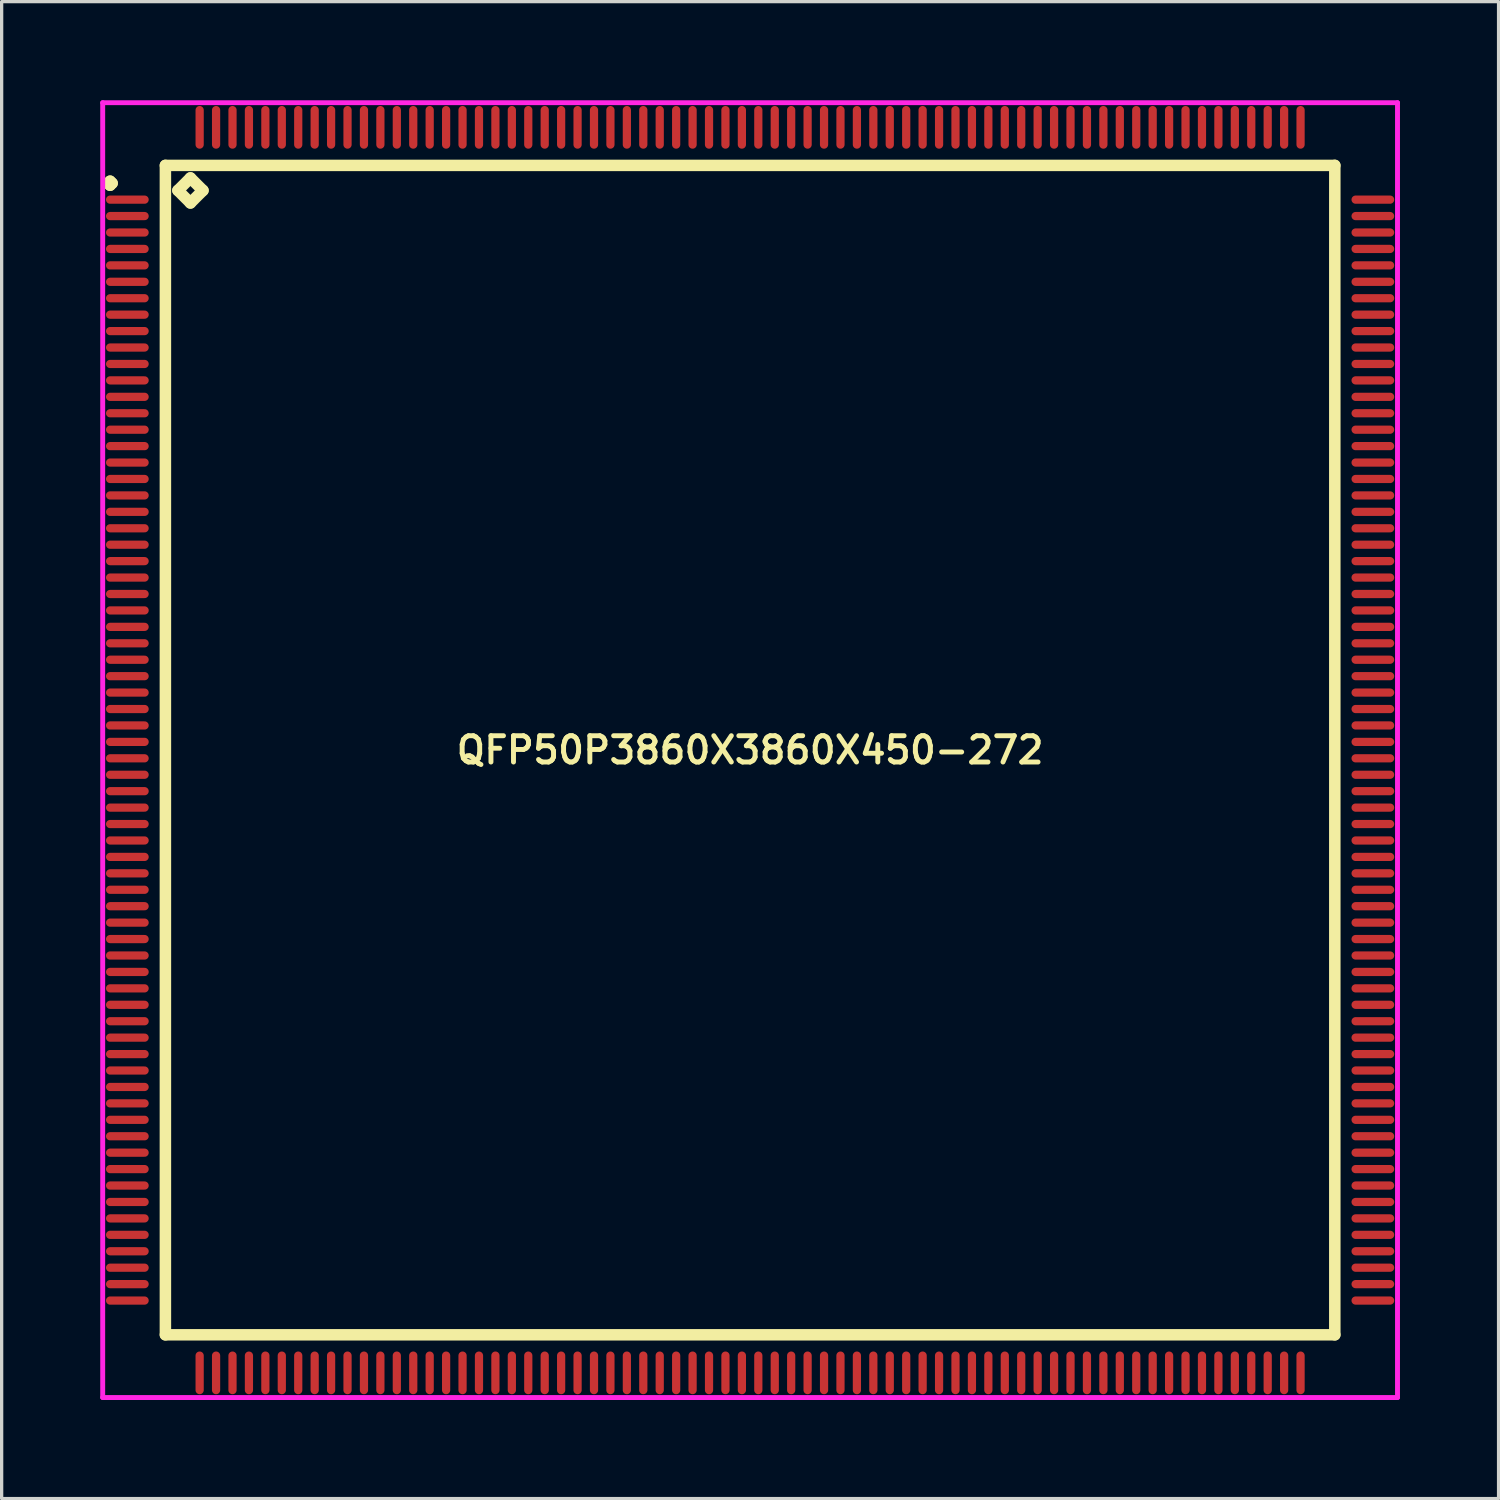
<source format=kicad_pcb>
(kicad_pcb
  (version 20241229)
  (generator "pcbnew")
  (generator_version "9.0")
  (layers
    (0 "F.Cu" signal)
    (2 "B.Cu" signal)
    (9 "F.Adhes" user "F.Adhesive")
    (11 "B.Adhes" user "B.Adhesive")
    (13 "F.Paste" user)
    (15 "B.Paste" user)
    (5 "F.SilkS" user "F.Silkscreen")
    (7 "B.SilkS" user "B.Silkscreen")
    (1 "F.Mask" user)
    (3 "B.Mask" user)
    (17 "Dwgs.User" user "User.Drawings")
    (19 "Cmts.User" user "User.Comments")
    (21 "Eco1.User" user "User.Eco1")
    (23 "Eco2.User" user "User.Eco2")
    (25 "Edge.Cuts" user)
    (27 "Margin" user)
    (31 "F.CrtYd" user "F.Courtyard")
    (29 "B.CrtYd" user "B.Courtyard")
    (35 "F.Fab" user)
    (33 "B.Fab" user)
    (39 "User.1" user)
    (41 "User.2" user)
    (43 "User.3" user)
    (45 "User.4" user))
  (footprint "QFP50P3860X3860X450-272"
    (layer "F.Cu")
    (at 19.775 19.775)
    (property "Reference" "QFP50P3860X3860X450-272" (at 0 0 0) (layer "F.SilkS") (effects (font (size 0.8 0.8) (thickness 0.15))))
    (attr through_hole)
    (fp_line (start -19.538 -17.25) (end -19.475 -17.312) (stroke (width 0.35) (type solid)) (layer "F.SilkS"))
    (fp_line (start -19.475 -17.312) (end -19.413 -17.25) (stroke (width 0.35) (type solid)) (layer "F.SilkS"))
    (fp_line (start -19.475 -17.188) (end -19.538 -17.25) (stroke (width 0.35) (type solid)) (layer "F.SilkS"))
    (fp_line (start -19.413 -17.25) (end -19.475 -17.188) (stroke (width 0.35) (type solid)) (layer "F.SilkS"))
    (fp_line (start -17.792 -17.792) (end -17.792 17.792) (stroke (width 0.35) (type solid)) (layer "F.SilkS"))
    (fp_line (start -17.792 17.792) (end 17.792 17.792) (stroke (width 0.35) (type solid)) (layer "F.SilkS"))
    (fp_line (start -17.411 -17.03) (end -17.03 -17.411) (stroke (width 0.35) (type solid)) (layer "F.SilkS"))
    (fp_line (start -17.03 -17.411) (end -16.649 -17.03) (stroke (width 0.35) (type solid)) (layer "F.SilkS"))
    (fp_line (start -17.03 -16.649) (end -17.411 -17.03) (stroke (width 0.35) (type solid)) (layer "F.SilkS"))
    (fp_line (start -16.649 -17.03) (end -17.03 -16.649) (stroke (width 0.35) (type solid)) (layer "F.SilkS"))
    (fp_line (start 17.792 -17.792) (end -17.792 -17.792) (stroke (width 0.35) (type solid)) (layer "F.SilkS"))
    (fp_line (start 17.792 17.792) (end 17.792 -17.792) (stroke (width 0.35) (type solid)) (layer "F.SilkS"))
    (fp_line (start -19.7 -19.7) (end 19.7 -19.7) (stroke (width 0.15) (type solid)) (layer "F.CrtYd"))
    (fp_line (start -19.7 19.7) (end -19.7 -19.7) (stroke (width 0.15) (type solid)) (layer "F.CrtYd"))
    (fp_line (start 19.7 -19.7) (end 19.7 19.7) (stroke (width 0.15) (type solid)) (layer "F.CrtYd"))
    (fp_line (start 19.7 19.7) (end -19.7 19.7) (stroke (width 0.15) (type solid)) (layer "F.CrtYd"))
    (pad "1" smd oval (at -18.95 -16.75) (size 1.3 0.25) (layers "F.Cu" "F.Mask" "F.Paste"))
    (pad "2" smd oval (at -18.95 -16.25) (size 1.3 0.25) (layers "F.Cu" "F.Mask" "F.Paste"))
    (pad "3" smd oval (at -18.95 -15.75) (size 1.3 0.25) (layers "F.Cu" "F.Mask" "F.Paste"))
    (pad "4" smd oval (at -18.95 -15.25) (size 1.3 0.25) (layers "F.Cu" "F.Mask" "F.Paste"))
    (pad "5" smd oval (at -18.95 -14.75) (size 1.3 0.25) (layers "F.Cu" "F.Mask" "F.Paste"))
    (pad "6" smd oval (at -18.95 -14.25) (size 1.3 0.25) (layers "F.Cu" "F.Mask" "F.Paste"))
    (pad "7" smd oval (at -18.95 -13.75) (size 1.3 0.25) (layers "F.Cu" "F.Mask" "F.Paste"))
    (pad "8" smd oval (at -18.95 -13.25) (size 1.3 0.25) (layers "F.Cu" "F.Mask" "F.Paste"))
    (pad "9" smd oval (at -18.95 -12.75) (size 1.3 0.25) (layers "F.Cu" "F.Mask" "F.Paste"))
    (pad "10" smd oval (at -18.95 -12.25) (size 1.3 0.25) (layers "F.Cu" "F.Mask" "F.Paste"))
    (pad "11" smd oval (at -18.95 -11.75) (size 1.3 0.25) (layers "F.Cu" "F.Mask" "F.Paste"))
    (pad "12" smd oval (at -18.95 -11.25) (size 1.3 0.25) (layers "F.Cu" "F.Mask" "F.Paste"))
    (pad "13" smd oval (at -18.95 -10.75) (size 1.3 0.25) (layers "F.Cu" "F.Mask" "F.Paste"))
    (pad "14" smd oval (at -18.95 -10.25) (size 1.3 0.25) (layers "F.Cu" "F.Mask" "F.Paste"))
    (pad "15" smd oval (at -18.95 -9.75) (size 1.3 0.25) (layers "F.Cu" "F.Mask" "F.Paste"))
    (pad "16" smd oval (at -18.95 -9.25) (size 1.3 0.25) (layers "F.Cu" "F.Mask" "F.Paste"))
    (pad "17" smd oval (at -18.95 -8.75) (size 1.3 0.25) (layers "F.Cu" "F.Mask" "F.Paste"))
    (pad "18" smd oval (at -18.95 -8.25) (size 1.3 0.25) (layers "F.Cu" "F.Mask" "F.Paste"))
    (pad "19" smd oval (at -18.95 -7.75) (size 1.3 0.25) (layers "F.Cu" "F.Mask" "F.Paste"))
    (pad "20" smd oval (at -18.95 -7.25) (size 1.3 0.25) (layers "F.Cu" "F.Mask" "F.Paste"))
    (pad "21" smd oval (at -18.95 -6.75) (size 1.3 0.25) (layers "F.Cu" "F.Mask" "F.Paste"))
    (pad "22" smd oval (at -18.95 -6.25) (size 1.3 0.25) (layers "F.Cu" "F.Mask" "F.Paste"))
    (pad "23" smd oval (at -18.95 -5.75) (size 1.3 0.25) (layers "F.Cu" "F.Mask" "F.Paste"))
    (pad "24" smd oval (at -18.95 -5.25) (size 1.3 0.25) (layers "F.Cu" "F.Mask" "F.Paste"))
    (pad "25" smd oval (at -18.95 -4.75) (size 1.3 0.25) (layers "F.Cu" "F.Mask" "F.Paste"))
    (pad "26" smd oval (at -18.95 -4.25) (size 1.3 0.25) (layers "F.Cu" "F.Mask" "F.Paste"))
    (pad "27" smd oval (at -18.95 -3.75) (size 1.3 0.25) (layers "F.Cu" "F.Mask" "F.Paste"))
    (pad "28" smd oval (at -18.95 -3.25) (size 1.3 0.25) (layers "F.Cu" "F.Mask" "F.Paste"))
    (pad "29" smd oval (at -18.95 -2.75) (size 1.3 0.25) (layers "F.Cu" "F.Mask" "F.Paste"))
    (pad "30" smd oval (at -18.95 -2.25) (size 1.3 0.25) (layers "F.Cu" "F.Mask" "F.Paste"))
    (pad "31" smd oval (at -18.95 -1.75) (size 1.3 0.25) (layers "F.Cu" "F.Mask" "F.Paste"))
    (pad "32" smd oval (at -18.95 -1.25) (size 1.3 0.25) (layers "F.Cu" "F.Mask" "F.Paste"))
    (pad "33" smd oval (at -18.95 -0.75) (size 1.3 0.25) (layers "F.Cu" "F.Mask" "F.Paste"))
    (pad "34" smd oval (at -18.95 -0.25) (size 1.3 0.25) (layers "F.Cu" "F.Mask" "F.Paste"))
    (pad "35" smd oval (at -18.95 0.25) (size 1.3 0.25) (layers "F.Cu" "F.Mask" "F.Paste"))
    (pad "36" smd oval (at -18.95 0.75) (size 1.3 0.25) (layers "F.Cu" "F.Mask" "F.Paste"))
    (pad "37" smd oval (at -18.95 1.25) (size 1.3 0.25) (layers "F.Cu" "F.Mask" "F.Paste"))
    (pad "38" smd oval (at -18.95 1.75) (size 1.3 0.25) (layers "F.Cu" "F.Mask" "F.Paste"))
    (pad "39" smd oval (at -18.95 2.25) (size 1.3 0.25) (layers "F.Cu" "F.Mask" "F.Paste"))
    (pad "40" smd oval (at -18.95 2.75) (size 1.3 0.25) (layers "F.Cu" "F.Mask" "F.Paste"))
    (pad "41" smd oval (at -18.95 3.25) (size 1.3 0.25) (layers "F.Cu" "F.Mask" "F.Paste"))
    (pad "42" smd oval (at -18.95 3.75) (size 1.3 0.25) (layers "F.Cu" "F.Mask" "F.Paste"))
    (pad "43" smd oval (at -18.95 4.25) (size 1.3 0.25) (layers "F.Cu" "F.Mask" "F.Paste"))
    (pad "44" smd oval (at -18.95 4.75) (size 1.3 0.25) (layers "F.Cu" "F.Mask" "F.Paste"))
    (pad "45" smd oval (at -18.95 5.25) (size 1.3 0.25) (layers "F.Cu" "F.Mask" "F.Paste"))
    (pad "46" smd oval (at -18.95 5.75) (size 1.3 0.25) (layers "F.Cu" "F.Mask" "F.Paste"))
    (pad "47" smd oval (at -18.95 6.25) (size 1.3 0.25) (layers "F.Cu" "F.Mask" "F.Paste"))
    (pad "48" smd oval (at -18.95 6.75) (size 1.3 0.25) (layers "F.Cu" "F.Mask" "F.Paste"))
    (pad "49" smd oval (at -18.95 7.25) (size 1.3 0.25) (layers "F.Cu" "F.Mask" "F.Paste"))
    (pad "50" smd oval (at -18.95 7.75) (size 1.3 0.25) (layers "F.Cu" "F.Mask" "F.Paste"))
    (pad "51" smd oval (at -18.95 8.25) (size 1.3 0.25) (layers "F.Cu" "F.Mask" "F.Paste"))
    (pad "52" smd oval (at -18.95 8.75) (size 1.3 0.25) (layers "F.Cu" "F.Mask" "F.Paste"))
    (pad "53" smd oval (at -18.95 9.25) (size 1.3 0.25) (layers "F.Cu" "F.Mask" "F.Paste"))
    (pad "54" smd oval (at -18.95 9.75) (size 1.3 0.25) (layers "F.Cu" "F.Mask" "F.Paste"))
    (pad "55" smd oval (at -18.95 10.25) (size 1.3 0.25) (layers "F.Cu" "F.Mask" "F.Paste"))
    (pad "56" smd oval (at -18.95 10.75) (size 1.3 0.25) (layers "F.Cu" "F.Mask" "F.Paste"))
    (pad "57" smd oval (at -18.95 11.25) (size 1.3 0.25) (layers "F.Cu" "F.Mask" "F.Paste"))
    (pad "58" smd oval (at -18.95 11.75) (size 1.3 0.25) (layers "F.Cu" "F.Mask" "F.Paste"))
    (pad "59" smd oval (at -18.95 12.25) (size 1.3 0.25) (layers "F.Cu" "F.Mask" "F.Paste"))
    (pad "60" smd oval (at -18.95 12.75) (size 1.3 0.25) (layers "F.Cu" "F.Mask" "F.Paste"))
    (pad "61" smd oval (at -18.95 13.25) (size 1.3 0.25) (layers "F.Cu" "F.Mask" "F.Paste"))
    (pad "62" smd oval (at -18.95 13.75) (size 1.3 0.25) (layers "F.Cu" "F.Mask" "F.Paste"))
    (pad "63" smd oval (at -18.95 14.25) (size 1.3 0.25) (layers "F.Cu" "F.Mask" "F.Paste"))
    (pad "64" smd oval (at -18.95 14.75) (size 1.3 0.25) (layers "F.Cu" "F.Mask" "F.Paste"))
    (pad "65" smd oval (at -18.95 15.25) (size 1.3 0.25) (layers "F.Cu" "F.Mask" "F.Paste"))
    (pad "66" smd oval (at -18.95 15.75) (size 1.3 0.25) (layers "F.Cu" "F.Mask" "F.Paste"))
    (pad "67" smd oval (at -18.95 16.25) (size 1.3 0.25) (layers "F.Cu" "F.Mask" "F.Paste"))
    (pad "68" smd oval (at -18.95 16.75) (size 1.3 0.25) (layers "F.Cu" "F.Mask" "F.Paste"))
    (pad "69" smd oval (at -16.75 18.95) (size 0.25 1.3) (layers "F.Cu" "F.Mask" "F.Paste"))
    (pad "70" smd oval (at -16.25 18.95) (size 0.25 1.3) (layers "F.Cu" "F.Mask" "F.Paste"))
    (pad "71" smd oval (at -15.75 18.95) (size 0.25 1.3) (layers "F.Cu" "F.Mask" "F.Paste"))
    (pad "72" smd oval (at -15.25 18.95) (size 0.25 1.3) (layers "F.Cu" "F.Mask" "F.Paste"))
    (pad "73" smd oval (at -14.75 18.95) (size 0.25 1.3) (layers "F.Cu" "F.Mask" "F.Paste"))
    (pad "74" smd oval (at -14.25 18.95) (size 0.25 1.3) (layers "F.Cu" "F.Mask" "F.Paste"))
    (pad "75" smd oval (at -13.75 18.95) (size 0.25 1.3) (layers "F.Cu" "F.Mask" "F.Paste"))
    (pad "76" smd oval (at -13.25 18.95) (size 0.25 1.3) (layers "F.Cu" "F.Mask" "F.Paste"))
    (pad "77" smd oval (at -12.75 18.95) (size 0.25 1.3) (layers "F.Cu" "F.Mask" "F.Paste"))
    (pad "78" smd oval (at -12.25 18.95) (size 0.25 1.3) (layers "F.Cu" "F.Mask" "F.Paste"))
    (pad "79" smd oval (at -11.75 18.95) (size 0.25 1.3) (layers "F.Cu" "F.Mask" "F.Paste"))
    (pad "80" smd oval (at -11.25 18.95) (size 0.25 1.3) (layers "F.Cu" "F.Mask" "F.Paste"))
    (pad "81" smd oval (at -10.75 18.95) (size 0.25 1.3) (layers "F.Cu" "F.Mask" "F.Paste"))
    (pad "82" smd oval (at -10.25 18.95) (size 0.25 1.3) (layers "F.Cu" "F.Mask" "F.Paste"))
    (pad "83" smd oval (at -9.75 18.95) (size 0.25 1.3) (layers "F.Cu" "F.Mask" "F.Paste"))
    (pad "84" smd oval (at -9.25 18.95) (size 0.25 1.3) (layers "F.Cu" "F.Mask" "F.Paste"))
    (pad "85" smd oval (at -8.75 18.95) (size 0.25 1.3) (layers "F.Cu" "F.Mask" "F.Paste"))
    (pad "86" smd oval (at -8.25 18.95) (size 0.25 1.3) (layers "F.Cu" "F.Mask" "F.Paste"))
    (pad "87" smd oval (at -7.75 18.95) (size 0.25 1.3) (layers "F.Cu" "F.Mask" "F.Paste"))
    (pad "88" smd oval (at -7.25 18.95) (size 0.25 1.3) (layers "F.Cu" "F.Mask" "F.Paste"))
    (pad "89" smd oval (at -6.75 18.95) (size 0.25 1.3) (layers "F.Cu" "F.Mask" "F.Paste"))
    (pad "90" smd oval (at -6.25 18.95) (size 0.25 1.3) (layers "F.Cu" "F.Mask" "F.Paste"))
    (pad "91" smd oval (at -5.75 18.95) (size 0.25 1.3) (layers "F.Cu" "F.Mask" "F.Paste"))
    (pad "92" smd oval (at -5.25 18.95) (size 0.25 1.3) (layers "F.Cu" "F.Mask" "F.Paste"))
    (pad "93" smd oval (at -4.75 18.95) (size 0.25 1.3) (layers "F.Cu" "F.Mask" "F.Paste"))
    (pad "94" smd oval (at -4.25 18.95) (size 0.25 1.3) (layers "F.Cu" "F.Mask" "F.Paste"))
    (pad "95" smd oval (at -3.75 18.95) (size 0.25 1.3) (layers "F.Cu" "F.Mask" "F.Paste"))
    (pad "96" smd oval (at -3.25 18.95) (size 0.25 1.3) (layers "F.Cu" "F.Mask" "F.Paste"))
    (pad "97" smd oval (at -2.75 18.95) (size 0.25 1.3) (layers "F.Cu" "F.Mask" "F.Paste"))
    (pad "98" smd oval (at -2.25 18.95) (size 0.25 1.3) (layers "F.Cu" "F.Mask" "F.Paste"))
    (pad "99" smd oval (at -1.75 18.95) (size 0.25 1.3) (layers "F.Cu" "F.Mask" "F.Paste"))
    (pad "100" smd oval (at -1.25 18.95) (size 0.25 1.3) (layers "F.Cu" "F.Mask" "F.Paste"))
    (pad "101" smd oval (at -0.75 18.95) (size 0.25 1.3) (layers "F.Cu" "F.Mask" "F.Paste"))
    (pad "102" smd oval (at -0.25 18.95) (size 0.25 1.3) (layers "F.Cu" "F.Mask" "F.Paste"))
    (pad "103" smd oval (at 0.25 18.95) (size 0.25 1.3) (layers "F.Cu" "F.Mask" "F.Paste"))
    (pad "104" smd oval (at 0.75 18.95) (size 0.25 1.3) (layers "F.Cu" "F.Mask" "F.Paste"))
    (pad "105" smd oval (at 1.25 18.95) (size 0.25 1.3) (layers "F.Cu" "F.Mask" "F.Paste"))
    (pad "106" smd oval (at 1.75 18.95) (size 0.25 1.3) (layers "F.Cu" "F.Mask" "F.Paste"))
    (pad "107" smd oval (at 2.25 18.95) (size 0.25 1.3) (layers "F.Cu" "F.Mask" "F.Paste"))
    (pad "108" smd oval (at 2.75 18.95) (size 0.25 1.3) (layers "F.Cu" "F.Mask" "F.Paste"))
    (pad "109" smd oval (at 3.25 18.95) (size 0.25 1.3) (layers "F.Cu" "F.Mask" "F.Paste"))
    (pad "110" smd oval (at 3.75 18.95) (size 0.25 1.3) (layers "F.Cu" "F.Mask" "F.Paste"))
    (pad "111" smd oval (at 4.25 18.95) (size 0.25 1.3) (layers "F.Cu" "F.Mask" "F.Paste"))
    (pad "112" smd oval (at 4.75 18.95) (size 0.25 1.3) (layers "F.Cu" "F.Mask" "F.Paste"))
    (pad "113" smd oval (at 5.25 18.95) (size 0.25 1.3) (layers "F.Cu" "F.Mask" "F.Paste"))
    (pad "114" smd oval (at 5.75 18.95) (size 0.25 1.3) (layers "F.Cu" "F.Mask" "F.Paste"))
    (pad "115" smd oval (at 6.25 18.95) (size 0.25 1.3) (layers "F.Cu" "F.Mask" "F.Paste"))
    (pad "116" smd oval (at 6.75 18.95) (size 0.25 1.3) (layers "F.Cu" "F.Mask" "F.Paste"))
    (pad "117" smd oval (at 7.25 18.95) (size 0.25 1.3) (layers "F.Cu" "F.Mask" "F.Paste"))
    (pad "118" smd oval (at 7.75 18.95) (size 0.25 1.3) (layers "F.Cu" "F.Mask" "F.Paste"))
    (pad "119" smd oval (at 8.25 18.95) (size 0.25 1.3) (layers "F.Cu" "F.Mask" "F.Paste"))
    (pad "120" smd oval (at 8.75 18.95) (size 0.25 1.3) (layers "F.Cu" "F.Mask" "F.Paste"))
    (pad "121" smd oval (at 9.25 18.95) (size 0.25 1.3) (layers "F.Cu" "F.Mask" "F.Paste"))
    (pad "122" smd oval (at 9.75 18.95) (size 0.25 1.3) (layers "F.Cu" "F.Mask" "F.Paste"))
    (pad "123" smd oval (at 10.25 18.95) (size 0.25 1.3) (layers "F.Cu" "F.Mask" "F.Paste"))
    (pad "124" smd oval (at 10.75 18.95) (size 0.25 1.3) (layers "F.Cu" "F.Mask" "F.Paste"))
    (pad "125" smd oval (at 11.25 18.95) (size 0.25 1.3) (layers "F.Cu" "F.Mask" "F.Paste"))
    (pad "126" smd oval (at 11.75 18.95) (size 0.25 1.3) (layers "F.Cu" "F.Mask" "F.Paste"))
    (pad "127" smd oval (at 12.25 18.95) (size 0.25 1.3) (layers "F.Cu" "F.Mask" "F.Paste"))
    (pad "128" smd oval (at 12.75 18.95) (size 0.25 1.3) (layers "F.Cu" "F.Mask" "F.Paste"))
    (pad "129" smd oval (at 13.25 18.95) (size 0.25 1.3) (layers "F.Cu" "F.Mask" "F.Paste"))
    (pad "130" smd oval (at 13.75 18.95) (size 0.25 1.3) (layers "F.Cu" "F.Mask" "F.Paste"))
    (pad "131" smd oval (at 14.25 18.95) (size 0.25 1.3) (layers "F.Cu" "F.Mask" "F.Paste"))
    (pad "132" smd oval (at 14.75 18.95) (size 0.25 1.3) (layers "F.Cu" "F.Mask" "F.Paste"))
    (pad "133" smd oval (at 15.25 18.95) (size 0.25 1.3) (layers "F.Cu" "F.Mask" "F.Paste"))
    (pad "134" smd oval (at 15.75 18.95) (size 0.25 1.3) (layers "F.Cu" "F.Mask" "F.Paste"))
    (pad "135" smd oval (at 16.25 18.95) (size 0.25 1.3) (layers "F.Cu" "F.Mask" "F.Paste"))
    (pad "136" smd oval (at 16.75 18.95) (size 0.25 1.3) (layers "F.Cu" "F.Mask" "F.Paste"))
    (pad "137" smd oval (at 18.95 16.75) (size 1.3 0.25) (layers "F.Cu" "F.Mask" "F.Paste"))
    (pad "138" smd oval (at 18.95 16.25) (size 1.3 0.25) (layers "F.Cu" "F.Mask" "F.Paste"))
    (pad "139" smd oval (at 18.95 15.75) (size 1.3 0.25) (layers "F.Cu" "F.Mask" "F.Paste"))
    (pad "140" smd oval (at 18.95 15.25) (size 1.3 0.25) (layers "F.Cu" "F.Mask" "F.Paste"))
    (pad "141" smd oval (at 18.95 14.75) (size 1.3 0.25) (layers "F.Cu" "F.Mask" "F.Paste"))
    (pad "142" smd oval (at 18.95 14.25) (size 1.3 0.25) (layers "F.Cu" "F.Mask" "F.Paste"))
    (pad "143" smd oval (at 18.95 13.75) (size 1.3 0.25) (layers "F.Cu" "F.Mask" "F.Paste"))
    (pad "144" smd oval (at 18.95 13.25) (size 1.3 0.25) (layers "F.Cu" "F.Mask" "F.Paste"))
    (pad "145" smd oval (at 18.95 12.75) (size 1.3 0.25) (layers "F.Cu" "F.Mask" "F.Paste"))
    (pad "146" smd oval (at 18.95 12.25) (size 1.3 0.25) (layers "F.Cu" "F.Mask" "F.Paste"))
    (pad "147" smd oval (at 18.95 11.75) (size 1.3 0.25) (layers "F.Cu" "F.Mask" "F.Paste"))
    (pad "148" smd oval (at 18.95 11.25) (size 1.3 0.25) (layers "F.Cu" "F.Mask" "F.Paste"))
    (pad "149" smd oval (at 18.95 10.75) (size 1.3 0.25) (layers "F.Cu" "F.Mask" "F.Paste"))
    (pad "150" smd oval (at 18.95 10.25) (size 1.3 0.25) (layers "F.Cu" "F.Mask" "F.Paste"))
    (pad "151" smd oval (at 18.95 9.75) (size 1.3 0.25) (layers "F.Cu" "F.Mask" "F.Paste"))
    (pad "152" smd oval (at 18.95 9.25) (size 1.3 0.25) (layers "F.Cu" "F.Mask" "F.Paste"))
    (pad "153" smd oval (at 18.95 8.75) (size 1.3 0.25) (layers "F.Cu" "F.Mask" "F.Paste"))
    (pad "154" smd oval (at 18.95 8.25) (size 1.3 0.25) (layers "F.Cu" "F.Mask" "F.Paste"))
    (pad "155" smd oval (at 18.95 7.75) (size 1.3 0.25) (layers "F.Cu" "F.Mask" "F.Paste"))
    (pad "156" smd oval (at 18.95 7.25) (size 1.3 0.25) (layers "F.Cu" "F.Mask" "F.Paste"))
    (pad "157" smd oval (at 18.95 6.75) (size 1.3 0.25) (layers "F.Cu" "F.Mask" "F.Paste"))
    (pad "158" smd oval (at 18.95 6.25) (size 1.3 0.25) (layers "F.Cu" "F.Mask" "F.Paste"))
    (pad "159" smd oval (at 18.95 5.75) (size 1.3 0.25) (layers "F.Cu" "F.Mask" "F.Paste"))
    (pad "160" smd oval (at 18.95 5.25) (size 1.3 0.25) (layers "F.Cu" "F.Mask" "F.Paste"))
    (pad "161" smd oval (at 18.95 4.75) (size 1.3 0.25) (layers "F.Cu" "F.Mask" "F.Paste"))
    (pad "162" smd oval (at 18.95 4.25) (size 1.3 0.25) (layers "F.Cu" "F.Mask" "F.Paste"))
    (pad "163" smd oval (at 18.95 3.75) (size 1.3 0.25) (layers "F.Cu" "F.Mask" "F.Paste"))
    (pad "164" smd oval (at 18.95 3.25) (size 1.3 0.25) (layers "F.Cu" "F.Mask" "F.Paste"))
    (pad "165" smd oval (at 18.95 2.75) (size 1.3 0.25) (layers "F.Cu" "F.Mask" "F.Paste"))
    (pad "166" smd oval (at 18.95 2.25) (size 1.3 0.25) (layers "F.Cu" "F.Mask" "F.Paste"))
    (pad "167" smd oval (at 18.95 1.75) (size 1.3 0.25) (layers "F.Cu" "F.Mask" "F.Paste"))
    (pad "168" smd oval (at 18.95 1.25) (size 1.3 0.25) (layers "F.Cu" "F.Mask" "F.Paste"))
    (pad "169" smd oval (at 18.95 0.75) (size 1.3 0.25) (layers "F.Cu" "F.Mask" "F.Paste"))
    (pad "170" smd oval (at 18.95 0.25) (size 1.3 0.25) (layers "F.Cu" "F.Mask" "F.Paste"))
    (pad "171" smd oval (at 18.95 -0.25) (size 1.3 0.25) (layers "F.Cu" "F.Mask" "F.Paste"))
    (pad "172" smd oval (at 18.95 -0.75) (size 1.3 0.25) (layers "F.Cu" "F.Mask" "F.Paste"))
    (pad "173" smd oval (at 18.95 -1.25) (size 1.3 0.25) (layers "F.Cu" "F.Mask" "F.Paste"))
    (pad "174" smd oval (at 18.95 -1.75) (size 1.3 0.25) (layers "F.Cu" "F.Mask" "F.Paste"))
    (pad "175" smd oval (at 18.95 -2.25) (size 1.3 0.25) (layers "F.Cu" "F.Mask" "F.Paste"))
    (pad "176" smd oval (at 18.95 -2.75) (size 1.3 0.25) (layers "F.Cu" "F.Mask" "F.Paste"))
    (pad "177" smd oval (at 18.95 -3.25) (size 1.3 0.25) (layers "F.Cu" "F.Mask" "F.Paste"))
    (pad "178" smd oval (at 18.95 -3.75) (size 1.3 0.25) (layers "F.Cu" "F.Mask" "F.Paste"))
    (pad "179" smd oval (at 18.95 -4.25) (size 1.3 0.25) (layers "F.Cu" "F.Mask" "F.Paste"))
    (pad "180" smd oval (at 18.95 -4.75) (size 1.3 0.25) (layers "F.Cu" "F.Mask" "F.Paste"))
    (pad "181" smd oval (at 18.95 -5.25) (size 1.3 0.25) (layers "F.Cu" "F.Mask" "F.Paste"))
    (pad "182" smd oval (at 18.95 -5.75) (size 1.3 0.25) (layers "F.Cu" "F.Mask" "F.Paste"))
    (pad "183" smd oval (at 18.95 -6.25) (size 1.3 0.25) (layers "F.Cu" "F.Mask" "F.Paste"))
    (pad "184" smd oval (at 18.95 -6.75) (size 1.3 0.25) (layers "F.Cu" "F.Mask" "F.Paste"))
    (pad "185" smd oval (at 18.95 -7.25) (size 1.3 0.25) (layers "F.Cu" "F.Mask" "F.Paste"))
    (pad "186" smd oval (at 18.95 -7.75) (size 1.3 0.25) (layers "F.Cu" "F.Mask" "F.Paste"))
    (pad "187" smd oval (at 18.95 -8.25) (size 1.3 0.25) (layers "F.Cu" "F.Mask" "F.Paste"))
    (pad "188" smd oval (at 18.95 -8.75) (size 1.3 0.25) (layers "F.Cu" "F.Mask" "F.Paste"))
    (pad "189" smd oval (at 18.95 -9.25) (size 1.3 0.25) (layers "F.Cu" "F.Mask" "F.Paste"))
    (pad "190" smd oval (at 18.95 -9.75) (size 1.3 0.25) (layers "F.Cu" "F.Mask" "F.Paste"))
    (pad "191" smd oval (at 18.95 -10.25) (size 1.3 0.25) (layers "F.Cu" "F.Mask" "F.Paste"))
    (pad "192" smd oval (at 18.95 -10.75) (size 1.3 0.25) (layers "F.Cu" "F.Mask" "F.Paste"))
    (pad "193" smd oval (at 18.95 -11.25) (size 1.3 0.25) (layers "F.Cu" "F.Mask" "F.Paste"))
    (pad "194" smd oval (at 18.95 -11.75) (size 1.3 0.25) (layers "F.Cu" "F.Mask" "F.Paste"))
    (pad "195" smd oval (at 18.95 -12.25) (size 1.3 0.25) (layers "F.Cu" "F.Mask" "F.Paste"))
    (pad "196" smd oval (at 18.95 -12.75) (size 1.3 0.25) (layers "F.Cu" "F.Mask" "F.Paste"))
    (pad "197" smd oval (at 18.95 -13.25) (size 1.3 0.25) (layers "F.Cu" "F.Mask" "F.Paste"))
    (pad "198" smd oval (at 18.95 -13.75) (size 1.3 0.25) (layers "F.Cu" "F.Mask" "F.Paste"))
    (pad "199" smd oval (at 18.95 -14.25) (size 1.3 0.25) (layers "F.Cu" "F.Mask" "F.Paste"))
    (pad "200" smd oval (at 18.95 -14.75) (size 1.3 0.25) (layers "F.Cu" "F.Mask" "F.Paste"))
    (pad "201" smd oval (at 18.95 -15.25) (size 1.3 0.25) (layers "F.Cu" "F.Mask" "F.Paste"))
    (pad "202" smd oval (at 18.95 -15.75) (size 1.3 0.25) (layers "F.Cu" "F.Mask" "F.Paste"))
    (pad "203" smd oval (at 18.95 -16.25) (size 1.3 0.25) (layers "F.Cu" "F.Mask" "F.Paste"))
    (pad "204" smd oval (at 18.95 -16.75) (size 1.3 0.25) (layers "F.Cu" "F.Mask" "F.Paste"))
    (pad "205" smd oval (at 16.75 -18.95) (size 0.25 1.3) (layers "F.Cu" "F.Mask" "F.Paste"))
    (pad "206" smd oval (at 16.25 -18.95) (size 0.25 1.3) (layers "F.Cu" "F.Mask" "F.Paste"))
    (pad "207" smd oval (at 15.75 -18.95) (size 0.25 1.3) (layers "F.Cu" "F.Mask" "F.Paste"))
    (pad "208" smd oval (at 15.25 -18.95) (size 0.25 1.3) (layers "F.Cu" "F.Mask" "F.Paste"))
    (pad "209" smd oval (at 14.75 -18.95) (size 0.25 1.3) (layers "F.Cu" "F.Mask" "F.Paste"))
    (pad "210" smd oval (at 14.25 -18.95) (size 0.25 1.3) (layers "F.Cu" "F.Mask" "F.Paste"))
    (pad "211" smd oval (at 13.75 -18.95) (size 0.25 1.3) (layers "F.Cu" "F.Mask" "F.Paste"))
    (pad "212" smd oval (at 13.25 -18.95) (size 0.25 1.3) (layers "F.Cu" "F.Mask" "F.Paste"))
    (pad "213" smd oval (at 12.75 -18.95) (size 0.25 1.3) (layers "F.Cu" "F.Mask" "F.Paste"))
    (pad "214" smd oval (at 12.25 -18.95) (size 0.25 1.3) (layers "F.Cu" "F.Mask" "F.Paste"))
    (pad "215" smd oval (at 11.75 -18.95) (size 0.25 1.3) (layers "F.Cu" "F.Mask" "F.Paste"))
    (pad "216" smd oval (at 11.25 -18.95) (size 0.25 1.3) (layers "F.Cu" "F.Mask" "F.Paste"))
    (pad "217" smd oval (at 10.75 -18.95) (size 0.25 1.3) (layers "F.Cu" "F.Mask" "F.Paste"))
    (pad "218" smd oval (at 10.25 -18.95) (size 0.25 1.3) (layers "F.Cu" "F.Mask" "F.Paste"))
    (pad "219" smd oval (at 9.75 -18.95) (size 0.25 1.3) (layers "F.Cu" "F.Mask" "F.Paste"))
    (pad "220" smd oval (at 9.25 -18.95) (size 0.25 1.3) (layers "F.Cu" "F.Mask" "F.Paste"))
    (pad "221" smd oval (at 8.75 -18.95) (size 0.25 1.3) (layers "F.Cu" "F.Mask" "F.Paste"))
    (pad "222" smd oval (at 8.25 -18.95) (size 0.25 1.3) (layers "F.Cu" "F.Mask" "F.Paste"))
    (pad "223" smd oval (at 7.75 -18.95) (size 0.25 1.3) (layers "F.Cu" "F.Mask" "F.Paste"))
    (pad "224" smd oval (at 7.25 -18.95) (size 0.25 1.3) (layers "F.Cu" "F.Mask" "F.Paste"))
    (pad "225" smd oval (at 6.75 -18.95) (size 0.25 1.3) (layers "F.Cu" "F.Mask" "F.Paste"))
    (pad "226" smd oval (at 6.25 -18.95) (size 0.25 1.3) (layers "F.Cu" "F.Mask" "F.Paste"))
    (pad "227" smd oval (at 5.75 -18.95) (size 0.25 1.3) (layers "F.Cu" "F.Mask" "F.Paste"))
    (pad "228" smd oval (at 5.25 -18.95) (size 0.25 1.3) (layers "F.Cu" "F.Mask" "F.Paste"))
    (pad "229" smd oval (at 4.75 -18.95) (size 0.25 1.3) (layers "F.Cu" "F.Mask" "F.Paste"))
    (pad "230" smd oval (at 4.25 -18.95) (size 0.25 1.3) (layers "F.Cu" "F.Mask" "F.Paste"))
    (pad "231" smd oval (at 3.75 -18.95) (size 0.25 1.3) (layers "F.Cu" "F.Mask" "F.Paste"))
    (pad "232" smd oval (at 3.25 -18.95) (size 0.25 1.3) (layers "F.Cu" "F.Mask" "F.Paste"))
    (pad "233" smd oval (at 2.75 -18.95) (size 0.25 1.3) (layers "F.Cu" "F.Mask" "F.Paste"))
    (pad "234" smd oval (at 2.25 -18.95) (size 0.25 1.3) (layers "F.Cu" "F.Mask" "F.Paste"))
    (pad "235" smd oval (at 1.75 -18.95) (size 0.25 1.3) (layers "F.Cu" "F.Mask" "F.Paste"))
    (pad "236" smd oval (at 1.25 -18.95) (size 0.25 1.3) (layers "F.Cu" "F.Mask" "F.Paste"))
    (pad "237" smd oval (at 0.75 -18.95) (size 0.25 1.3) (layers "F.Cu" "F.Mask" "F.Paste"))
    (pad "238" smd oval (at 0.25 -18.95) (size 0.25 1.3) (layers "F.Cu" "F.Mask" "F.Paste"))
    (pad "239" smd oval (at -0.25 -18.95) (size 0.25 1.3) (layers "F.Cu" "F.Mask" "F.Paste"))
    (pad "240" smd oval (at -0.75 -18.95) (size 0.25 1.3) (layers "F.Cu" "F.Mask" "F.Paste"))
    (pad "241" smd oval (at -1.25 -18.95) (size 0.25 1.3) (layers "F.Cu" "F.Mask" "F.Paste"))
    (pad "242" smd oval (at -1.75 -18.95) (size 0.25 1.3) (layers "F.Cu" "F.Mask" "F.Paste"))
    (pad "243" smd oval (at -2.25 -18.95) (size 0.25 1.3) (layers "F.Cu" "F.Mask" "F.Paste"))
    (pad "244" smd oval (at -2.75 -18.95) (size 0.25 1.3) (layers "F.Cu" "F.Mask" "F.Paste"))
    (pad "245" smd oval (at -3.25 -18.95) (size 0.25 1.3) (layers "F.Cu" "F.Mask" "F.Paste"))
    (pad "246" smd oval (at -3.75 -18.95) (size 0.25 1.3) (layers "F.Cu" "F.Mask" "F.Paste"))
    (pad "247" smd oval (at -4.25 -18.95) (size 0.25 1.3) (layers "F.Cu" "F.Mask" "F.Paste"))
    (pad "248" smd oval (at -4.75 -18.95) (size 0.25 1.3) (layers "F.Cu" "F.Mask" "F.Paste"))
    (pad "249" smd oval (at -5.25 -18.95) (size 0.25 1.3) (layers "F.Cu" "F.Mask" "F.Paste"))
    (pad "250" smd oval (at -5.75 -18.95) (size 0.25 1.3) (layers "F.Cu" "F.Mask" "F.Paste"))
    (pad "251" smd oval (at -6.25 -18.95) (size 0.25 1.3) (layers "F.Cu" "F.Mask" "F.Paste"))
    (pad "252" smd oval (at -6.75 -18.95) (size 0.25 1.3) (layers "F.Cu" "F.Mask" "F.Paste"))
    (pad "253" smd oval (at -7.25 -18.95) (size 0.25 1.3) (layers "F.Cu" "F.Mask" "F.Paste"))
    (pad "254" smd oval (at -7.75 -18.95) (size 0.25 1.3) (layers "F.Cu" "F.Mask" "F.Paste"))
    (pad "255" smd oval (at -8.25 -18.95) (size 0.25 1.3) (layers "F.Cu" "F.Mask" "F.Paste"))
    (pad "256" smd oval (at -8.75 -18.95) (size 0.25 1.3) (layers "F.Cu" "F.Mask" "F.Paste"))
    (pad "257" smd oval (at -9.25 -18.95) (size 0.25 1.3) (layers "F.Cu" "F.Mask" "F.Paste"))
    (pad "258" smd oval (at -9.75 -18.95) (size 0.25 1.3) (layers "F.Cu" "F.Mask" "F.Paste"))
    (pad "259" smd oval (at -10.25 -18.95) (size 0.25 1.3) (layers "F.Cu" "F.Mask" "F.Paste"))
    (pad "260" smd oval (at -10.75 -18.95) (size 0.25 1.3) (layers "F.Cu" "F.Mask" "F.Paste"))
    (pad "261" smd oval (at -11.25 -18.95) (size 0.25 1.3) (layers "F.Cu" "F.Mask" "F.Paste"))
    (pad "262" smd oval (at -11.75 -18.95) (size 0.25 1.3) (layers "F.Cu" "F.Mask" "F.Paste"))
    (pad "263" smd oval (at -12.25 -18.95) (size 0.25 1.3) (layers "F.Cu" "F.Mask" "F.Paste"))
    (pad "264" smd oval (at -12.75 -18.95) (size 0.25 1.3) (layers "F.Cu" "F.Mask" "F.Paste"))
    (pad "265" smd oval (at -13.25 -18.95) (size 0.25 1.3) (layers "F.Cu" "F.Mask" "F.Paste"))
    (pad "266" smd oval (at -13.75 -18.95) (size 0.25 1.3) (layers "F.Cu" "F.Mask" "F.Paste"))
    (pad "267" smd oval (at -14.25 -18.95) (size 0.25 1.3) (layers "F.Cu" "F.Mask" "F.Paste"))
    (pad "268" smd oval (at -14.75 -18.95) (size 0.25 1.3) (layers "F.Cu" "F.Mask" "F.Paste"))
    (pad "269" smd oval (at -15.25 -18.95) (size 0.25 1.3) (layers "F.Cu" "F.Mask" "F.Paste"))
    (pad "270" smd oval (at -15.75 -18.95) (size 0.25 1.3) (layers "F.Cu" "F.Mask" "F.Paste"))
    (pad "271" smd oval (at -16.25 -18.95) (size 0.25 1.3) (layers "F.Cu" "F.Mask" "F.Paste"))
    (pad "272" smd oval (at -16.75 -18.95) (size 0.25 1.3) (layers "F.Cu" "F.Mask" "F.Paste")))
  (gr_rect
    (start -3 -3)
    (end 42.55 42.55)
    (stroke (width 0.1) (type default))
    (fill no)
    (layer "Edge.Cuts")))
</source>
